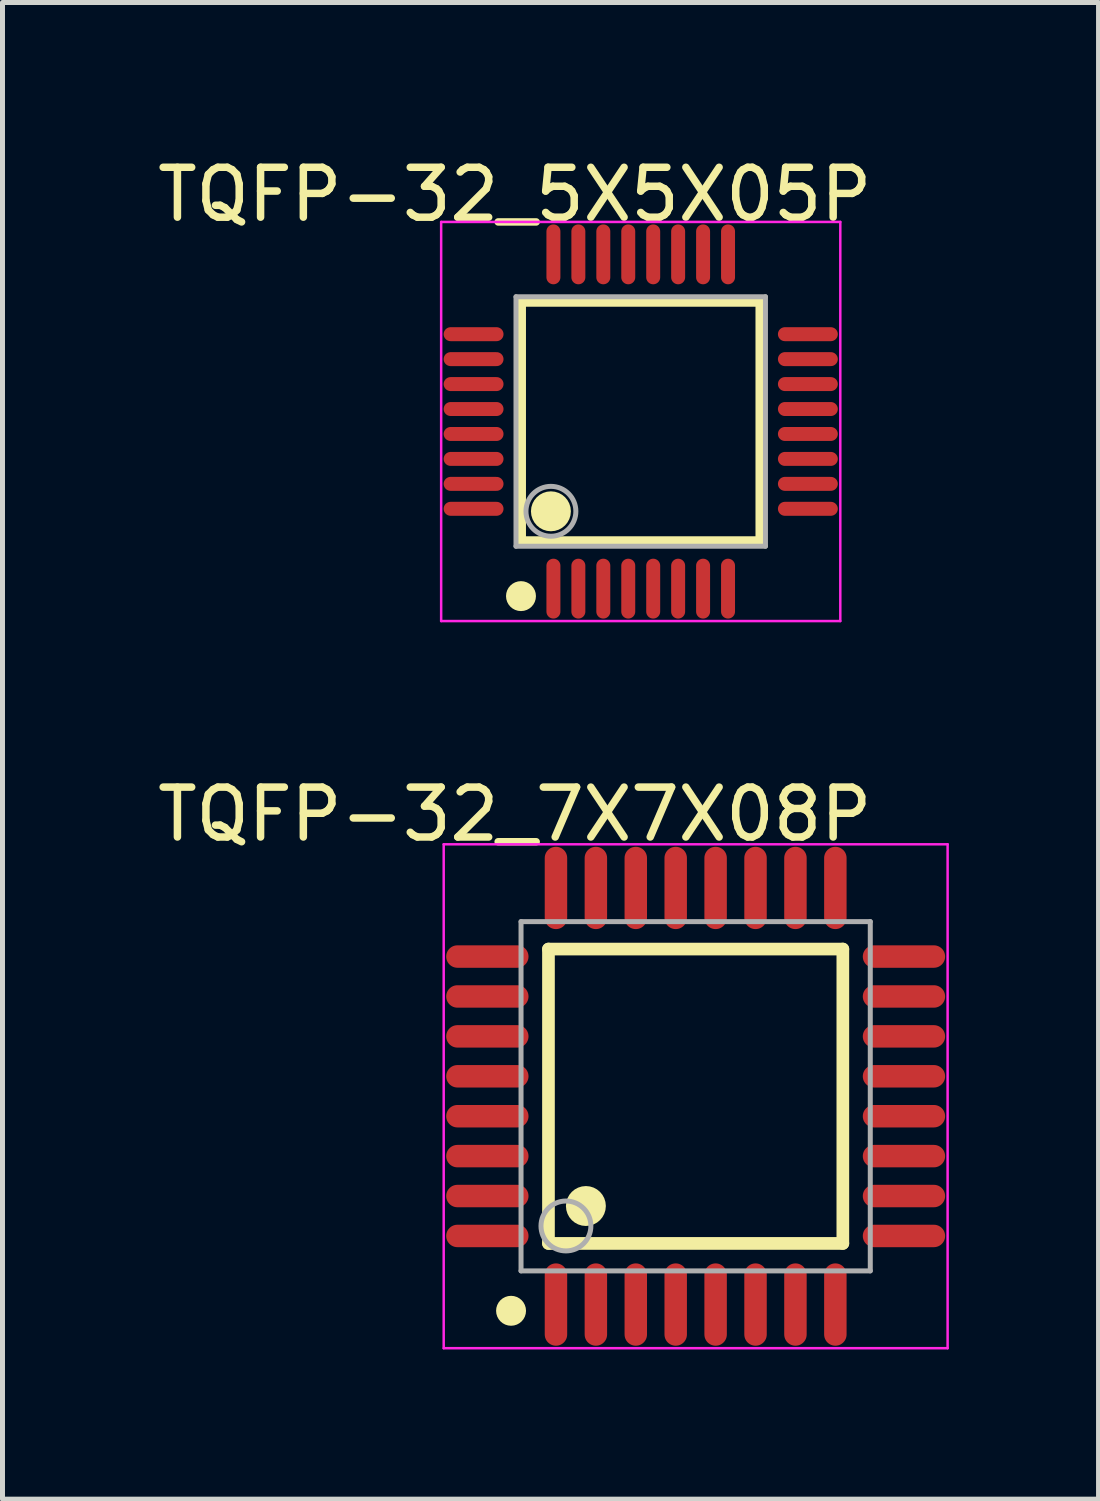
<source format=kicad_pcb>
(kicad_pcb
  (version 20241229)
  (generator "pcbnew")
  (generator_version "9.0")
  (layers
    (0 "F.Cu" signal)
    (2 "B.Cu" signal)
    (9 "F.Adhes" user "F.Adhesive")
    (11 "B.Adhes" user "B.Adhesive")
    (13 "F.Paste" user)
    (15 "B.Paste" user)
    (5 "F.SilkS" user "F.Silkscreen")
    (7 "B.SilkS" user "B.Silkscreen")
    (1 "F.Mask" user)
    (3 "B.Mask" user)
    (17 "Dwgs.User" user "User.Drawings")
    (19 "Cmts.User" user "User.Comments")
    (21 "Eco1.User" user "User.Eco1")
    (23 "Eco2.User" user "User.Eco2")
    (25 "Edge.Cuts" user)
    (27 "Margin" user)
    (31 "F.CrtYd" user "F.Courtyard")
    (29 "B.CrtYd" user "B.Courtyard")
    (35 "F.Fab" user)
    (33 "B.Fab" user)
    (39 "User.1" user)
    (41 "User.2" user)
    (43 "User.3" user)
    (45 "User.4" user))
  (footprint "TQFP-32_7X7X08P"
    (layer "F.Cu")
    (at 10.893 18.922)
    (property "Reference" "TQFP-32_7X7X08P" (at -3.625 -5.651 0) (layer "F.SilkS") (effects (font (size 1 1) (thickness 0.15))))
    (attr through_hole)
    (fp_line (start -2.95 -2.95) (end 2.95 -2.95) (stroke (width 0.254) (type solid)) (layer "F.SilkS"))
    (fp_line (start -2.95 2.95) (end -2.95 -2.95) (stroke (width 0.254) (type solid)) (layer "F.SilkS"))
    (fp_line (start -2.95 2.95) (end 2.95 2.95) (stroke (width 0.254) (type solid)) (layer "F.SilkS"))
    (fp_line (start 2.95 2.95) (end 2.95 -2.95) (stroke (width 0.254) (type solid)) (layer "F.SilkS"))
    (fp_circle (center -3.7 4.3) (end -3.55 4.3) (stroke (width 0.3) (type solid)) (fill no) (layer "F.SilkS"))
    (fp_circle (center -2.2 2.2) (end -2 2.2) (stroke (width 0.4) (type solid)) (fill no) (layer "F.SilkS"))
    (fp_line (start -5.05 -5.05) (end 5.05 -5.05) (stroke (width 0.05) (type solid)) (layer "F.CrtYd"))
    (fp_line (start -5.05 5.05) (end -5.05 -5.05) (stroke (width 0.05) (type solid)) (layer "F.CrtYd"))
    (fp_line (start 5.05 -5.05) (end 5.05 5.05) (stroke (width 0.05) (type solid)) (layer "F.CrtYd"))
    (fp_line (start 5.05 5.05) (end -5.05 5.05) (stroke (width 0.05) (type solid)) (layer "F.CrtYd"))
    (fp_line (start -3.5 -3.5) (end 3.5 -3.5) (stroke (width 0.1) (type solid)) (layer "F.Fab"))
    (fp_line (start -3.5 3.5) (end -3.5 -3.5) (stroke (width 0.1) (type solid)) (layer "F.Fab"))
    (fp_line (start -3.5 3.5) (end 3.5 3.5) (stroke (width 0.1) (type solid)) (layer "F.Fab"))
    (fp_line (start 3.5 3.5) (end 3.5 -3.5) (stroke (width 0.1) (type solid)) (layer "F.Fab"))
    (fp_circle (center -2.6 2.6) (end -2.1 2.6) (stroke (width 0.1) (type solid)) (fill no) (layer "F.Fab"))
    (pad "1" smd oval (at -2.8 4.175 180) (size 0.45 1.65) (layers "F.Cu" "F.Mask" "F.Paste"))
    (pad "2" smd oval (at -2 4.175 180) (size 0.45 1.65) (layers "F.Cu" "F.Mask" "F.Paste"))
    (pad "3" smd oval (at -1.2 4.175 180) (size 0.45 1.65) (layers "F.Cu" "F.Mask" "F.Paste"))
    (pad "4" smd oval (at -0.4 4.175 180) (size 0.45 1.65) (layers "F.Cu" "F.Mask" "F.Paste"))
    (pad "5" smd oval (at 0.4 4.175 180) (size 0.45 1.65) (layers "F.Cu" "F.Mask" "F.Paste"))
    (pad "6" smd oval (at 1.2 4.175 180) (size 0.45 1.65) (layers "F.Cu" "F.Mask" "F.Paste"))
    (pad "7" smd oval (at 2 4.175 180) (size 0.45 1.65) (layers "F.Cu" "F.Mask" "F.Paste"))
    (pad "8" smd oval (at 2.8 4.175 180) (size 0.45 1.65) (layers "F.Cu" "F.Mask" "F.Paste"))
    (pad "9" smd oval (at 4.175 2.8 90) (size 0.45 1.65) (layers "F.Cu" "F.Mask" "F.Paste"))
    (pad "10" smd oval (at 4.175 2 90) (size 0.45 1.65) (layers "F.Cu" "F.Mask" "F.Paste"))
    (pad "11" smd oval (at 4.175 1.2 90) (size 0.45 1.65) (layers "F.Cu" "F.Mask" "F.Paste"))
    (pad "12" smd oval (at 4.175 0.4 90) (size 0.45 1.65) (layers "F.Cu" "F.Mask" "F.Paste"))
    (pad "13" smd oval (at 4.175 -0.4 90) (size 0.45 1.65) (layers "F.Cu" "F.Mask" "F.Paste"))
    (pad "14" smd oval (at 4.175 -1.2 90) (size 0.45 1.65) (layers "F.Cu" "F.Mask" "F.Paste"))
    (pad "15" smd oval (at 4.175 -2 90) (size 0.45 1.65) (layers "F.Cu" "F.Mask" "F.Paste"))
    (pad "16" smd oval (at 4.175 -2.8 90) (size 0.45 1.65) (layers "F.Cu" "F.Mask" "F.Paste"))
    (pad "17" smd oval (at 2.8 -4.175 180) (size 0.45 1.65) (layers "F.Cu" "F.Mask" "F.Paste"))
    (pad "18" smd oval (at 2 -4.175 180) (size 0.45 1.65) (layers "F.Cu" "F.Mask" "F.Paste"))
    (pad "19" smd oval (at 1.2 -4.175 180) (size 0.45 1.65) (layers "F.Cu" "F.Mask" "F.Paste"))
    (pad "20" smd oval (at 0.4 -4.175 180) (size 0.45 1.65) (layers "F.Cu" "F.Mask" "F.Paste"))
    (pad "21" smd oval (at -0.4 -4.175 180) (size 0.45 1.65) (layers "F.Cu" "F.Mask" "F.Paste"))
    (pad "22" smd oval (at -1.2 -4.175 180) (size 0.45 1.65) (layers "F.Cu" "F.Mask" "F.Paste"))
    (pad "23" smd oval (at -2 -4.175 180) (size 0.45 1.65) (layers "F.Cu" "F.Mask" "F.Paste"))
    (pad "24" smd oval (at -2.8 -4.175 180) (size 0.45 1.65) (layers "F.Cu" "F.Mask" "F.Paste"))
    (pad "25" smd oval (at -4.175 -2.8 90) (size 0.45 1.65) (layers "F.Cu" "F.Mask" "F.Paste"))
    (pad "26" smd oval (at -4.175 -2 90) (size 0.45 1.65) (layers "F.Cu" "F.Mask" "F.Paste"))
    (pad "27" smd oval (at -4.175 -1.2 90) (size 0.45 1.65) (layers "F.Cu" "F.Mask" "F.Paste"))
    (pad "28" smd oval (at -4.175 -0.4 90) (size 0.45 1.65) (layers "F.Cu" "F.Mask" "F.Paste"))
    (pad "29" smd oval (at -4.175 0.4 90) (size 0.45 1.65) (layers "F.Cu" "F.Mask" "F.Paste"))
    (pad "30" smd oval (at -4.175 1.2 90) (size 0.45 1.65) (layers "F.Cu" "F.Mask" "F.Paste"))
    (pad "31" smd oval (at -4.175 2 90) (size 0.45 1.65) (layers "F.Cu" "F.Mask" "F.Paste"))
    (pad "32" smd oval (at -4.175 2.8 90) (size 0.45 1.65) (layers "F.Cu" "F.Mask" "F.Paste")))
  (footprint "TQFP-32_5X5X05P"
    (layer "F.Cu")
    (at 9.792 5.398)
    (property "Reference" "TQFP-32_5X5X05P" (at -2.524 -4.55 0) (layer "F.SilkS") (effects (font (size 1 1) (thickness 0.15))))
    (attr through_hole)
    (fp_line (start -2.4 -2.4) (end 2.4 -2.4) (stroke (width 0.2) (type solid)) (layer "F.SilkS"))
    (fp_line (start -2.4 2.4) (end -2.4 -2.4) (stroke (width 0.2) (type solid)) (layer "F.SilkS"))
    (fp_line (start -2.4 2.4) (end 2.4 2.4) (stroke (width 0.2) (type solid)) (layer "F.SilkS"))
    (fp_line (start 2.4 2.4) (end 2.4 -2.4) (stroke (width 0.2) (type solid)) (layer "F.SilkS"))
    (fp_circle (center -2.4 3.5) (end -2.25 3.5) (stroke (width 0.3) (type solid)) (fill no) (layer "F.SilkS"))
    (fp_circle (center -1.8 1.8) (end -1.6 1.8) (stroke (width 0.4) (type solid)) (fill no) (layer "F.SilkS"))
    (fp_line (start -4 -4) (end 4 -4) (stroke (width 0.05) (type solid)) (layer "F.CrtYd"))
    (fp_line (start -4 4) (end -4 -4) (stroke (width 0.05) (type solid)) (layer "F.CrtYd"))
    (fp_line (start 4 -4) (end 4 4) (stroke (width 0.05) (type solid)) (layer "F.CrtYd"))
    (fp_line (start 4 4) (end -4 4) (stroke (width 0.05) (type solid)) (layer "F.CrtYd"))
    (fp_line (start -2.5 -2.5) (end 2.5 -2.5) (stroke (width 0.1) (type solid)) (layer "F.Fab"))
    (fp_line (start -2.5 2.5) (end -2.5 -2.5) (stroke (width 0.1) (type solid)) (layer "F.Fab"))
    (fp_line (start -2.5 2.5) (end 2.5 2.5) (stroke (width 0.1) (type solid)) (layer "F.Fab"))
    (fp_line (start 2.5 2.5) (end 2.5 -2.5) (stroke (width 0.1) (type solid)) (layer "F.Fab"))
    (fp_circle (center -1.8 1.8) (end -1.3 1.8) (stroke (width 0.1) (type solid)) (fill no) (layer "F.Fab"))
    (pad "1" smd oval (at -1.75 3.35 90) (size 1.2 0.28) (layers "F.Cu" "F.Mask" "F.Paste"))
    (pad "2" smd oval (at -1.25 3.35 90) (size 1.2 0.28) (layers "F.Cu" "F.Mask" "F.Paste"))
    (pad "3" smd oval (at -0.75 3.35 90) (size 1.2 0.28) (layers "F.Cu" "F.Mask" "F.Paste"))
    (pad "4" smd oval (at -0.25 3.35 90) (size 1.2 0.28) (layers "F.Cu" "F.Mask" "F.Paste"))
    (pad "5" smd oval (at 0.25 3.35 90) (size 1.2 0.28) (layers "F.Cu" "F.Mask" "F.Paste"))
    (pad "6" smd oval (at 0.75 3.35 90) (size 1.2 0.28) (layers "F.Cu" "F.Mask" "F.Paste"))
    (pad "7" smd oval (at 1.25 3.35 90) (size 1.2 0.28) (layers "F.Cu" "F.Mask" "F.Paste"))
    (pad "8" smd oval (at 1.75 3.35 90) (size 1.2 0.28) (layers "F.Cu" "F.Mask" "F.Paste"))
    (pad "9" smd oval (at 3.35 1.75 180) (size 1.2 0.28) (layers "F.Cu" "F.Mask" "F.Paste"))
    (pad "10" smd oval (at 3.35 1.25 180) (size 1.2 0.28) (layers "F.Cu" "F.Mask" "F.Paste"))
    (pad "11" smd oval (at 3.35 0.75 180) (size 1.2 0.28) (layers "F.Cu" "F.Mask" "F.Paste"))
    (pad "12" smd oval (at 3.35 0.25 180) (size 1.2 0.28) (layers "F.Cu" "F.Mask" "F.Paste"))
    (pad "13" smd oval (at 3.35 -0.25 180) (size 1.2 0.28) (layers "F.Cu" "F.Mask" "F.Paste"))
    (pad "14" smd oval (at 3.35 -0.75 180) (size 1.2 0.28) (layers "F.Cu" "F.Mask" "F.Paste"))
    (pad "15" smd oval (at 3.35 -1.25 180) (size 1.2 0.28) (layers "F.Cu" "F.Mask" "F.Paste"))
    (pad "16" smd oval (at 3.35 -1.75 180) (size 1.2 0.28) (layers "F.Cu" "F.Mask" "F.Paste"))
    (pad "17" smd oval (at 1.75 -3.35 270) (size 1.2 0.28) (layers "F.Cu" "F.Mask" "F.Paste"))
    (pad "18" smd oval (at 1.25 -3.35 270) (size 1.2 0.28) (layers "F.Cu" "F.Mask" "F.Paste"))
    (pad "19" smd oval (at 0.75 -3.35 270) (size 1.2 0.28) (layers "F.Cu" "F.Mask" "F.Paste"))
    (pad "20" smd oval (at 0.25 -3.35 270) (size 1.2 0.28) (layers "F.Cu" "F.Mask" "F.Paste"))
    (pad "21" smd oval (at -0.25 -3.35 270) (size 1.2 0.28) (layers "F.Cu" "F.Mask" "F.Paste"))
    (pad "22" smd oval (at -0.75 -3.35 270) (size 1.2 0.28) (layers "F.Cu" "F.Mask" "F.Paste"))
    (pad "23" smd oval (at -1.25 -3.35 270) (size 1.2 0.28) (layers "F.Cu" "F.Mask" "F.Paste"))
    (pad "24" smd oval (at -1.75 -3.35 270) (size 1.2 0.28) (layers "F.Cu" "F.Mask" "F.Paste"))
    (pad "25" smd oval (at -3.35 -1.75) (size 1.2 0.28) (layers "F.Cu" "F.Mask" "F.Paste"))
    (pad "26" smd oval (at -3.35 -1.25) (size 1.2 0.28) (layers "F.Cu" "F.Mask" "F.Paste"))
    (pad "27" smd oval (at -3.35 -0.75) (size 1.2 0.28) (layers "F.Cu" "F.Mask" "F.Paste"))
    (pad "28" smd oval (at -3.35 -0.25) (size 1.2 0.28) (layers "F.Cu" "F.Mask" "F.Paste"))
    (pad "29" smd oval (at -3.35 0.25) (size 1.2 0.28) (layers "F.Cu" "F.Mask" "F.Paste"))
    (pad "30" smd oval (at -3.35 0.75) (size 1.2 0.28) (layers "F.Cu" "F.Mask" "F.Paste"))
    (pad "31" smd oval (at -3.35 1.25) (size 1.2 0.28) (layers "F.Cu" "F.Mask" "F.Paste"))
    (pad "32" smd oval (at -3.35 1.75) (size 1.2 0.28) (layers "F.Cu" "F.Mask" "F.Paste")))
  (gr_rect
    (start -3 -3)
    (end 18.968 26.997)
    (stroke (width 0.1) (type default))
    (fill no)
    (layer "Edge.Cuts")))
</source>
